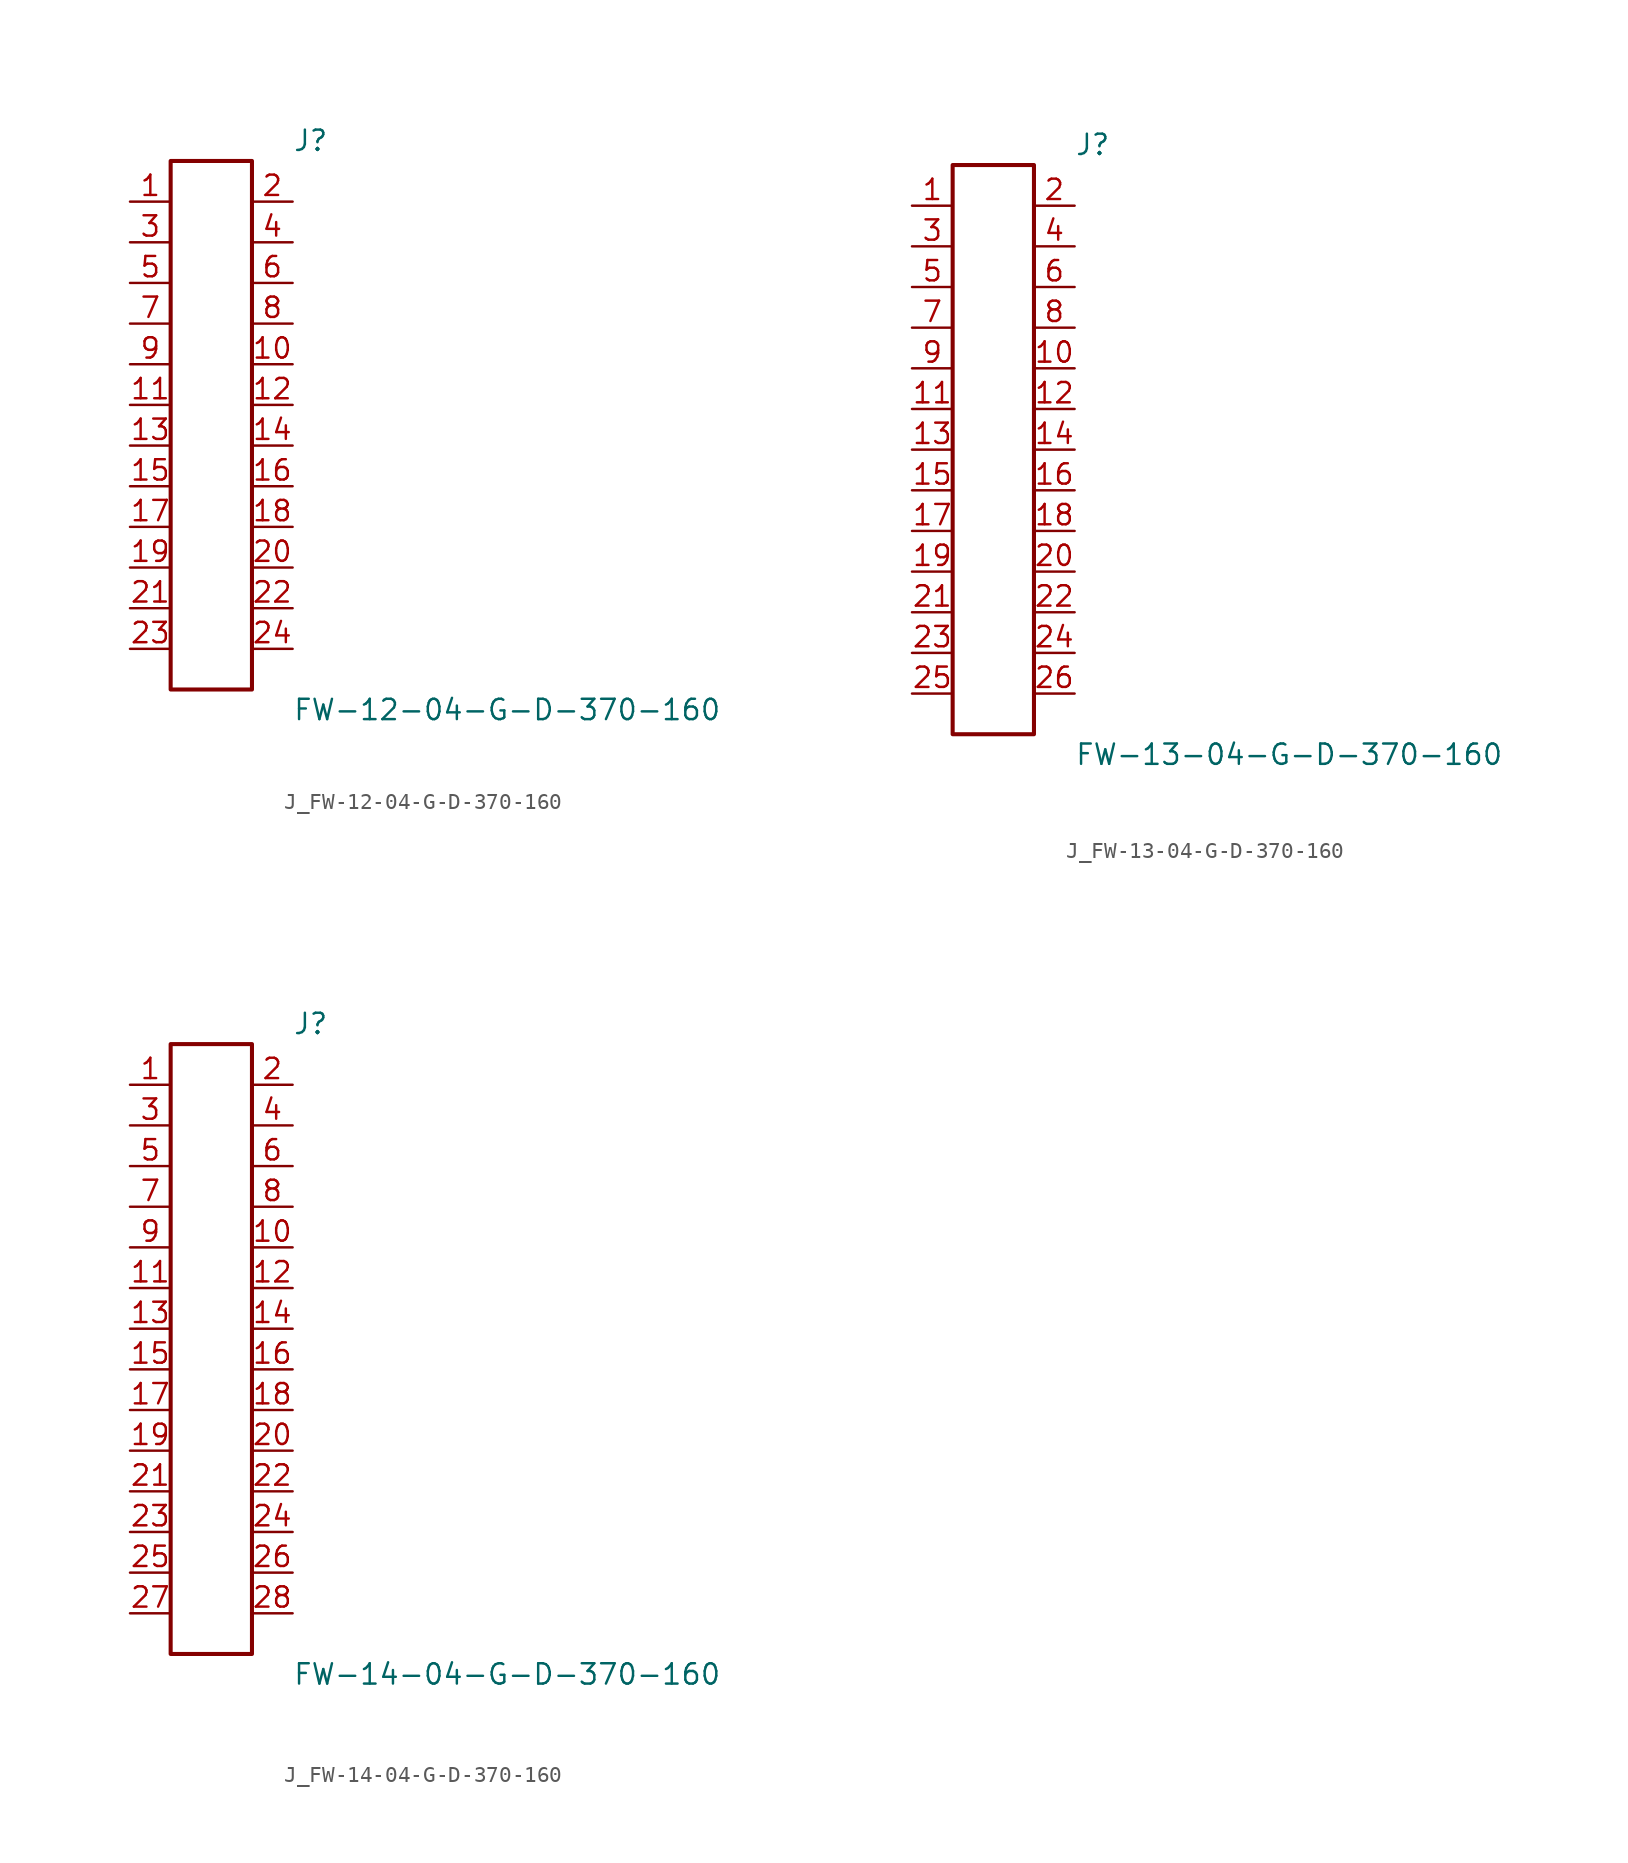
<source format=kicad_sym>
(kicad_symbol_lib
  (version 20231120)
  (generator kicad_symbol_editor)
  (generator_version 8.0)
  (symbol "J_FW-12-04-G-D-370-160"
    (pin_names
      (offset 0.254))
    (property "Reference" "J"
      (at 5.08 17.78 0)
      (effects (font (size 1.27 1.27)) (justify left)))
    (property "Value" "FW-12-04-G-D-370-160"
      (at 5.08 -17.78 0)
      (effects (font (size 1.27 1.27)) (justify left)))
    (symbol "J_FW-12-04-G-D-370-160_0_0"
      (pin unspecified line (at -5.08 13.97 0) (length 2.54) (name "" (effects (font (size 1.27 1.27)))) (number "1" (effects (font (size 1.27 1.27)))))
      (pin unspecified line (at 5.08 13.97 180) (length 2.54) (name "" (effects (font (size 1.27 1.27)))) (number "2" (effects (font (size 1.27 1.27)))))
      (pin unspecified line (at -5.08 11.43 0) (length 2.54) (name "" (effects (font (size 1.27 1.27)))) (number "3" (effects (font (size 1.27 1.27)))))
      (pin unspecified line (at 5.08 11.43 180) (length 2.54) (name "" (effects (font (size 1.27 1.27)))) (number "4" (effects (font (size 1.27 1.27)))))
      (pin unspecified line (at -5.08 8.89 0) (length 2.54) (name "" (effects (font (size 1.27 1.27)))) (number "5" (effects (font (size 1.27 1.27)))))
      (pin unspecified line (at 5.08 8.89 180) (length 2.54) (name "" (effects (font (size 1.27 1.27)))) (number "6" (effects (font (size 1.27 1.27)))))
      (pin unspecified line (at -5.08 6.35 0) (length 2.54) (name "" (effects (font (size 1.27 1.27)))) (number "7" (effects (font (size 1.27 1.27)))))
      (pin unspecified line (at 5.08 6.35 180) (length 2.54) (name "" (effects (font (size 1.27 1.27)))) (number "8" (effects (font (size 1.27 1.27)))))
      (pin unspecified line (at -5.08 3.81 0) (length 2.54) (name "" (effects (font (size 1.27 1.27)))) (number "9" (effects (font (size 1.27 1.27)))))
      (pin unspecified line (at 5.08 3.81 180) (length 2.54) (name "" (effects (font (size 1.27 1.27)))) (number "10" (effects (font (size 1.27 1.27)))))
      (pin unspecified line (at -5.08 1.27 0) (length 2.54) (name "" (effects (font (size 1.27 1.27)))) (number "11" (effects (font (size 1.27 1.27)))))
      (pin unspecified line (at 5.08 1.27 180) (length 2.54) (name "" (effects (font (size 1.27 1.27)))) (number "12" (effects (font (size 1.27 1.27)))))
      (pin unspecified line (at -5.08 -1.27 0) (length 2.54) (name "" (effects (font (size 1.27 1.27)))) (number "13" (effects (font (size 1.27 1.27)))))
      (pin unspecified line (at 5.08 -1.27 180) (length 2.54) (name "" (effects (font (size 1.27 1.27)))) (number "14" (effects (font (size 1.27 1.27)))))
      (pin unspecified line (at -5.08 -3.81 0) (length 2.54) (name "" (effects (font (size 1.27 1.27)))) (number "15" (effects (font (size 1.27 1.27)))))
      (pin unspecified line (at 5.08 -3.81 180) (length 2.54) (name "" (effects (font (size 1.27 1.27)))) (number "16" (effects (font (size 1.27 1.27)))))
      (pin unspecified line (at -5.08 -6.35 0) (length 2.54) (name "" (effects (font (size 1.27 1.27)))) (number "17" (effects (font (size 1.27 1.27)))))
      (pin unspecified line (at 5.08 -6.35 180) (length 2.54) (name "" (effects (font (size 1.27 1.27)))) (number "18" (effects (font (size 1.27 1.27)))))
      (pin unspecified line (at -5.08 -8.89 0) (length 2.54) (name "" (effects (font (size 1.27 1.27)))) (number "19" (effects (font (size 1.27 1.27)))))
      (pin unspecified line (at 5.08 -8.89 180) (length 2.54) (name "" (effects (font (size 1.27 1.27)))) (number "20" (effects (font (size 1.27 1.27)))))
      (pin unspecified line (at -5.08 -11.43 0) (length 2.54) (name "" (effects (font (size 1.27 1.27)))) (number "21" (effects (font (size 1.27 1.27)))))
      (pin unspecified line (at 5.08 -11.43 180) (length 2.54) (name "" (effects (font (size 1.27 1.27)))) (number "22" (effects (font (size 1.27 1.27)))))
      (pin unspecified line (at -5.08 -13.97 0) (length 2.54) (name "" (effects (font (size 1.27 1.27)))) (number "23" (effects (font (size 1.27 1.27)))))
      (pin unspecified line (at 5.08 -13.97 180) (length 2.54) (name "" (effects (font (size 1.27 1.27)))) (number "24" (effects (font (size 1.27 1.27))))))
    (symbol "J_FW-12-04-G-D-370-160_1_0"
      (rectangle (start -2.54 16.51) (end 2.54 -16.51) (stroke (width 0.254) (type solid)) (fill (type none)))))
  (symbol "J_FW-13-04-G-D-370-160"
    (pin_names
      (offset 0.254))
    (property "Reference" "J"
      (at 5.08 19.05 0)
      (effects (font (size 1.27 1.27)) (justify left)))
    (property "Value" "FW-13-04-G-D-370-160"
      (at 5.08 -19.05 0)
      (effects (font (size 1.27 1.27)) (justify left)))
    (symbol "J_FW-13-04-G-D-370-160_0_0"
      (pin unspecified line (at -5.08 15.24 0) (length 2.54) (name "" (effects (font (size 1.27 1.27)))) (number "1" (effects (font (size 1.27 1.27)))))
      (pin unspecified line (at 5.08 15.24 180) (length 2.54) (name "" (effects (font (size 1.27 1.27)))) (number "2" (effects (font (size 1.27 1.27)))))
      (pin unspecified line (at -5.08 12.7 0) (length 2.54) (name "" (effects (font (size 1.27 1.27)))) (number "3" (effects (font (size 1.27 1.27)))))
      (pin unspecified line (at 5.08 12.7 180) (length 2.54) (name "" (effects (font (size 1.27 1.27)))) (number "4" (effects (font (size 1.27 1.27)))))
      (pin unspecified line (at -5.08 10.16 0) (length 2.54) (name "" (effects (font (size 1.27 1.27)))) (number "5" (effects (font (size 1.27 1.27)))))
      (pin unspecified line (at 5.08 10.16 180) (length 2.54) (name "" (effects (font (size 1.27 1.27)))) (number "6" (effects (font (size 1.27 1.27)))))
      (pin unspecified line (at -5.08 7.62 0) (length 2.54) (name "" (effects (font (size 1.27 1.27)))) (number "7" (effects (font (size 1.27 1.27)))))
      (pin unspecified line (at 5.08 7.62 180) (length 2.54) (name "" (effects (font (size 1.27 1.27)))) (number "8" (effects (font (size 1.27 1.27)))))
      (pin unspecified line (at -5.08 5.08 0) (length 2.54) (name "" (effects (font (size 1.27 1.27)))) (number "9" (effects (font (size 1.27 1.27)))))
      (pin unspecified line (at 5.08 5.08 180) (length 2.54) (name "" (effects (font (size 1.27 1.27)))) (number "10" (effects (font (size 1.27 1.27)))))
      (pin unspecified line (at -5.08 2.54 0) (length 2.54) (name "" (effects (font (size 1.27 1.27)))) (number "11" (effects (font (size 1.27 1.27)))))
      (pin unspecified line (at 5.08 2.54 180) (length 2.54) (name "" (effects (font (size 1.27 1.27)))) (number "12" (effects (font (size 1.27 1.27)))))
      (pin unspecified line (at -5.08 0.0 0) (length 2.54) (name "" (effects (font (size 1.27 1.27)))) (number "13" (effects (font (size 1.27 1.27)))))
      (pin unspecified line (at 5.08 0.0 180) (length 2.54) (name "" (effects (font (size 1.27 1.27)))) (number "14" (effects (font (size 1.27 1.27)))))
      (pin unspecified line (at -5.08 -2.54 0) (length 2.54) (name "" (effects (font (size 1.27 1.27)))) (number "15" (effects (font (size 1.27 1.27)))))
      (pin unspecified line (at 5.08 -2.54 180) (length 2.54) (name "" (effects (font (size 1.27 1.27)))) (number "16" (effects (font (size 1.27 1.27)))))
      (pin unspecified line (at -5.08 -5.08 0) (length 2.54) (name "" (effects (font (size 1.27 1.27)))) (number "17" (effects (font (size 1.27 1.27)))))
      (pin unspecified line (at 5.08 -5.08 180) (length 2.54) (name "" (effects (font (size 1.27 1.27)))) (number "18" (effects (font (size 1.27 1.27)))))
      (pin unspecified line (at -5.08 -7.62 0) (length 2.54) (name "" (effects (font (size 1.27 1.27)))) (number "19" (effects (font (size 1.27 1.27)))))
      (pin unspecified line (at 5.08 -7.62 180) (length 2.54) (name "" (effects (font (size 1.27 1.27)))) (number "20" (effects (font (size 1.27 1.27)))))
      (pin unspecified line (at -5.08 -10.16 0) (length 2.54) (name "" (effects (font (size 1.27 1.27)))) (number "21" (effects (font (size 1.27 1.27)))))
      (pin unspecified line (at 5.08 -10.16 180) (length 2.54) (name "" (effects (font (size 1.27 1.27)))) (number "22" (effects (font (size 1.27 1.27)))))
      (pin unspecified line (at -5.08 -12.7 0) (length 2.54) (name "" (effects (font (size 1.27 1.27)))) (number "23" (effects (font (size 1.27 1.27)))))
      (pin unspecified line (at 5.08 -12.7 180) (length 2.54) (name "" (effects (font (size 1.27 1.27)))) (number "24" (effects (font (size 1.27 1.27)))))
      (pin unspecified line (at -5.08 -15.24 0) (length 2.54) (name "" (effects (font (size 1.27 1.27)))) (number "25" (effects (font (size 1.27 1.27)))))
      (pin unspecified line (at 5.08 -15.24 180) (length 2.54) (name "" (effects (font (size 1.27 1.27)))) (number "26" (effects (font (size 1.27 1.27))))))
    (symbol "J_FW-13-04-G-D-370-160_1_0"
      (rectangle (start -2.54 17.78) (end 2.54 -17.78) (stroke (width 0.254) (type solid)) (fill (type none)))))
  (symbol "J_FW-14-04-G-D-370-160"
    (pin_names
      (offset 0.254))
    (property "Reference" "J"
      (at 5.08 20.32 0)
      (effects (font (size 1.27 1.27)) (justify left)))
    (property "Value" "FW-14-04-G-D-370-160"
      (at 5.08 -20.32 0)
      (effects (font (size 1.27 1.27)) (justify left)))
    (symbol "J_FW-14-04-G-D-370-160_0_0"
      (pin unspecified line (at -5.08 16.51 0) (length 2.54) (name "" (effects (font (size 1.27 1.27)))) (number "1" (effects (font (size 1.27 1.27)))))
      (pin unspecified line (at 5.08 16.51 180) (length 2.54) (name "" (effects (font (size 1.27 1.27)))) (number "2" (effects (font (size 1.27 1.27)))))
      (pin unspecified line (at -5.08 13.97 0) (length 2.54) (name "" (effects (font (size 1.27 1.27)))) (number "3" (effects (font (size 1.27 1.27)))))
      (pin unspecified line (at 5.08 13.97 180) (length 2.54) (name "" (effects (font (size 1.27 1.27)))) (number "4" (effects (font (size 1.27 1.27)))))
      (pin unspecified line (at -5.08 11.43 0) (length 2.54) (name "" (effects (font (size 1.27 1.27)))) (number "5" (effects (font (size 1.27 1.27)))))
      (pin unspecified line (at 5.08 11.43 180) (length 2.54) (name "" (effects (font (size 1.27 1.27)))) (number "6" (effects (font (size 1.27 1.27)))))
      (pin unspecified line (at -5.08 8.89 0) (length 2.54) (name "" (effects (font (size 1.27 1.27)))) (number "7" (effects (font (size 1.27 1.27)))))
      (pin unspecified line (at 5.08 8.89 180) (length 2.54) (name "" (effects (font (size 1.27 1.27)))) (number "8" (effects (font (size 1.27 1.27)))))
      (pin unspecified line (at -5.08 6.35 0) (length 2.54) (name "" (effects (font (size 1.27 1.27)))) (number "9" (effects (font (size 1.27 1.27)))))
      (pin unspecified line (at 5.08 6.35 180) (length 2.54) (name "" (effects (font (size 1.27 1.27)))) (number "10" (effects (font (size 1.27 1.27)))))
      (pin unspecified line (at -5.08 3.81 0) (length 2.54) (name "" (effects (font (size 1.27 1.27)))) (number "11" (effects (font (size 1.27 1.27)))))
      (pin unspecified line (at 5.08 3.81 180) (length 2.54) (name "" (effects (font (size 1.27 1.27)))) (number "12" (effects (font (size 1.27 1.27)))))
      (pin unspecified line (at -5.08 1.27 0) (length 2.54) (name "" (effects (font (size 1.27 1.27)))) (number "13" (effects (font (size 1.27 1.27)))))
      (pin unspecified line (at 5.08 1.27 180) (length 2.54) (name "" (effects (font (size 1.27 1.27)))) (number "14" (effects (font (size 1.27 1.27)))))
      (pin unspecified line (at -5.08 -1.27 0) (length 2.54) (name "" (effects (font (size 1.27 1.27)))) (number "15" (effects (font (size 1.27 1.27)))))
      (pin unspecified line (at 5.08 -1.27 180) (length 2.54) (name "" (effects (font (size 1.27 1.27)))) (number "16" (effects (font (size 1.27 1.27)))))
      (pin unspecified line (at -5.08 -3.81 0) (length 2.54) (name "" (effects (font (size 1.27 1.27)))) (number "17" (effects (font (size 1.27 1.27)))))
      (pin unspecified line (at 5.08 -3.81 180) (length 2.54) (name "" (effects (font (size 1.27 1.27)))) (number "18" (effects (font (size 1.27 1.27)))))
      (pin unspecified line (at -5.08 -6.35 0) (length 2.54) (name "" (effects (font (size 1.27 1.27)))) (number "19" (effects (font (size 1.27 1.27)))))
      (pin unspecified line (at 5.08 -6.35 180) (length 2.54) (name "" (effects (font (size 1.27 1.27)))) (number "20" (effects (font (size 1.27 1.27)))))
      (pin unspecified line (at -5.08 -8.89 0) (length 2.54) (name "" (effects (font (size 1.27 1.27)))) (number "21" (effects (font (size 1.27 1.27)))))
      (pin unspecified line (at 5.08 -8.89 180) (length 2.54) (name "" (effects (font (size 1.27 1.27)))) (number "22" (effects (font (size 1.27 1.27)))))
      (pin unspecified line (at -5.08 -11.43 0) (length 2.54) (name "" (effects (font (size 1.27 1.27)))) (number "23" (effects (font (size 1.27 1.27)))))
      (pin unspecified line (at 5.08 -11.43 180) (length 2.54) (name "" (effects (font (size 1.27 1.27)))) (number "24" (effects (font (size 1.27 1.27)))))
      (pin unspecified line (at -5.08 -13.97 0) (length 2.54) (name "" (effects (font (size 1.27 1.27)))) (number "25" (effects (font (size 1.27 1.27)))))
      (pin unspecified line (at 5.08 -13.97 180) (length 2.54) (name "" (effects (font (size 1.27 1.27)))) (number "26" (effects (font (size 1.27 1.27)))))
      (pin unspecified line (at -5.08 -16.51 0) (length 2.54) (name "" (effects (font (size 1.27 1.27)))) (number "27" (effects (font (size 1.27 1.27)))))
      (pin unspecified line (at 5.08 -16.51 180) (length 2.54) (name "" (effects (font (size 1.27 1.27)))) (number "28" (effects (font (size 1.27 1.27))))))
    (symbol "J_FW-14-04-G-D-370-160_1_0"
      (rectangle (start -2.54 19.05) (end 2.54 -19.05) (stroke (width 0.254) (type solid)) (fill (type none))))))
</source>
